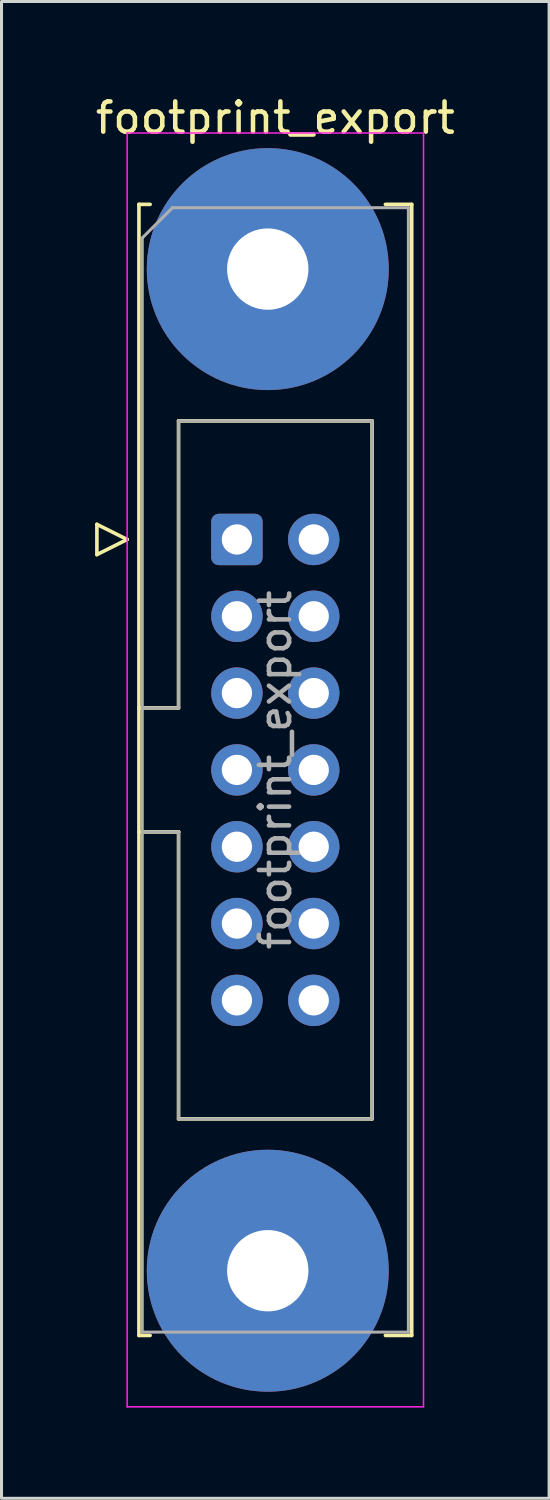
<source format=kicad_pcb>
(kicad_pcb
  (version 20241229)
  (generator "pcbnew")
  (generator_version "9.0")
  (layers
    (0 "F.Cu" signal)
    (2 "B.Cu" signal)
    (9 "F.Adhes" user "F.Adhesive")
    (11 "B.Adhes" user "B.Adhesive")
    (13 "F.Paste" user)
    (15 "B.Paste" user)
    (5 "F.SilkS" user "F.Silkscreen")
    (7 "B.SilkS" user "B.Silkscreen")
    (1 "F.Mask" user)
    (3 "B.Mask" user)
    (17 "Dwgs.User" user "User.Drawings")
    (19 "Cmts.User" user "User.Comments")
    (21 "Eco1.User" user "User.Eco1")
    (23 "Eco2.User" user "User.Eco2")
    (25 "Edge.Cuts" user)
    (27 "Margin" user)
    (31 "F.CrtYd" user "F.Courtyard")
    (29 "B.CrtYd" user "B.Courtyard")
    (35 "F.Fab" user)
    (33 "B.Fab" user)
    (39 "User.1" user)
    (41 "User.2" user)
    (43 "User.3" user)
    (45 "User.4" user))
  (footprint "footprint_export"
    (layer "F.Cu")
    (at 4.784 14.788)
    (property "Reference" "footprint_export" (at 1.27 -13.94 0) (layer "F.SilkS") (effects (font (size 1 1) (thickness 0.15))))
    (attr through_hole)
    (fp_line (start -4.63 -0.5) (end -4.63 0.5) (stroke (width 0.12) (type solid)) (layer "F.SilkS"))
    (fp_line (start -4.63 0.5) (end -3.63 0) (stroke (width 0.12) (type solid)) (layer "F.SilkS"))
    (fp_line (start -3.63 0) (end -4.63 -0.5) (stroke (width 0.12) (type solid)) (layer "F.SilkS"))
    (fp_line (start -3.24 -11.08) (end -3.24 26.32) (stroke (width 0.12) (type solid)) (layer "F.SilkS"))
    (fp_line (start -3.24 5.57) (end -1.93 5.57) (stroke (width 0.12) (type solid)) (layer "F.SilkS"))
    (fp_line (start -3.24 26.32) (end -2.87 26.32) (stroke (width 0.12) (type solid)) (layer "F.SilkS"))
    (fp_line (start -2.87 -11.08) (end -3.24 -11.08) (stroke (width 0.12) (type solid)) (layer "F.SilkS"))
    (fp_line (start -1.93 -3.92) (end 4.47 -3.92) (stroke (width 0.12) (type solid)) (layer "F.SilkS"))
    (fp_line (start -1.93 5.57) (end -1.93 -3.92) (stroke (width 0.12) (type solid)) (layer "F.SilkS"))
    (fp_line (start -1.93 9.67) (end -3.24 9.67) (stroke (width 0.12) (type solid)) (layer "F.SilkS"))
    (fp_line (start -1.93 9.67) (end -1.93 9.67) (stroke (width 0.12) (type solid)) (layer "F.SilkS"))
    (fp_line (start -1.93 19.16) (end -1.93 9.67) (stroke (width 0.12) (type solid)) (layer "F.SilkS"))
    (fp_line (start 4.47 -3.92) (end 4.47 19.16) (stroke (width 0.12) (type solid)) (layer "F.SilkS"))
    (fp_line (start 4.47 19.16) (end -1.93 19.16) (stroke (width 0.12) (type solid)) (layer "F.SilkS"))
    (fp_line (start 4.91 -11.08) (end 5.78 -11.08) (stroke (width 0.12) (type solid)) (layer "F.SilkS"))
    (fp_line (start 5.78 -11.08) (end 5.78 26.32) (stroke (width 0.12) (type solid)) (layer "F.SilkS"))
    (fp_line (start 5.78 26.32) (end 4.91 26.32) (stroke (width 0.12) (type solid)) (layer "F.SilkS"))
    (fp_line (start -3.63 -13.44) (end -3.63 28.68) (stroke (width 0.05) (type solid)) (layer "F.CrtYd"))
    (fp_line (start -3.63 28.68) (end 6.17 28.68) (stroke (width 0.05) (type solid)) (layer "F.CrtYd"))
    (fp_line (start 6.17 -13.44) (end -3.63 -13.44) (stroke (width 0.05) (type solid)) (layer "F.CrtYd"))
    (fp_line (start 6.17 28.68) (end 6.17 -13.44) (stroke (width 0.05) (type solid)) (layer "F.CrtYd"))
    (fp_line (start -3.13 -9.97) (end -2.13 -10.97) (stroke (width 0.1) (type solid)) (layer "F.Fab"))
    (fp_line (start -3.13 5.57) (end -1.93 5.57) (stroke (width 0.1) (type solid)) (layer "F.Fab"))
    (fp_line (start -3.13 26.21) (end -3.13 -9.97) (stroke (width 0.1) (type solid)) (layer "F.Fab"))
    (fp_line (start -2.13 -10.97) (end 5.67 -10.97) (stroke (width 0.1) (type solid)) (layer "F.Fab"))
    (fp_line (start -1.93 -3.92) (end 4.47 -3.92) (stroke (width 0.1) (type solid)) (layer "F.Fab"))
    (fp_line (start -1.93 5.57) (end -1.93 -3.92) (stroke (width 0.1) (type solid)) (layer "F.Fab"))
    (fp_line (start -1.93 9.67) (end -3.13 9.67) (stroke (width 0.1) (type solid)) (layer "F.Fab"))
    (fp_line (start -1.93 9.67) (end -1.93 9.67) (stroke (width 0.1) (type solid)) (layer "F.Fab"))
    (fp_line (start -1.93 19.16) (end -1.93 9.67) (stroke (width 0.1) (type solid)) (layer "F.Fab"))
    (fp_line (start 4.47 -3.92) (end 4.47 19.16) (stroke (width 0.1) (type solid)) (layer "F.Fab"))
    (fp_line (start 4.47 19.16) (end -1.93 19.16) (stroke (width 0.1) (type solid)) (layer "F.Fab"))
    (fp_line (start 5.67 -10.97) (end 5.67 26.21) (stroke (width 0.1) (type solid)) (layer "F.Fab"))
    (fp_line (start 5.67 26.21) (end -3.13 26.21) (stroke (width 0.1) (type solid)) (layer "F.Fab"))
    (fp_text user "${REFERENCE}" (at 1.27 7.62 90) (layer "F.Fab") (effects (font (size 1 1) (thickness 0.15))))
    (pad "1" thru_hole roundrect (at 0 0) (size 1.7 1.7) (drill 1) (layers "*.Cu" "*.Mask") (roundrect_rratio 0.147))
    (pad "2" thru_hole circle (at 2.54 0) (size 1.7 1.7) (drill 1) (layers "*.Cu" "*.Mask"))
    (pad "3" thru_hole circle (at 0 2.54) (size 1.7 1.7) (drill 1) (layers "*.Cu" "*.Mask"))
    (pad "4" thru_hole circle (at 2.54 2.54) (size 1.7 1.7) (drill 1) (layers "*.Cu" "*.Mask"))
    (pad "5" thru_hole circle (at 0 5.08) (size 1.7 1.7) (drill 1) (layers "*.Cu" "*.Mask"))
    (pad "6" thru_hole circle (at 2.54 5.08) (size 1.7 1.7) (drill 1) (layers "*.Cu" "*.Mask"))
    (pad "7" thru_hole circle (at 0 7.62) (size 1.7 1.7) (drill 1) (layers "*.Cu" "*.Mask"))
    (pad "8" thru_hole circle (at 2.54 7.62) (size 1.7 1.7) (drill 1) (layers "*.Cu" "*.Mask"))
    (pad "9" thru_hole circle (at 0 10.16) (size 1.7 1.7) (drill 1) (layers "*.Cu" "*.Mask"))
    (pad "10" thru_hole circle (at 2.54 10.16) (size 1.7 1.7) (drill 1) (layers "*.Cu" "*.Mask"))
    (pad "11" thru_hole circle (at 0 12.7) (size 1.7 1.7) (drill 1) (layers "*.Cu" "*.Mask"))
    (pad "12" thru_hole circle (at 2.54 12.7) (size 1.7 1.7) (drill 1) (layers "*.Cu" "*.Mask"))
    (pad "13" thru_hole circle (at 0 15.24) (size 1.7 1.7) (drill 1) (layers "*.Cu" "*.Mask"))
    (pad "14" thru_hole circle (at 2.54 15.24) (size 1.7 1.7) (drill 1) (layers "*.Cu" "*.Mask"))
    (pad "MP" thru_hole circle (at 1.02 -8.94) (size 8 8) (drill 2.69) (layers "*.Cu" "*.Mask"))
    (pad "MP" thru_hole circle (at 1.02 24.18) (size 8 8) (drill 2.69) (layers "*.Cu" "*.Mask")))
  (gr_rect
    (start -3 -3)
    (end 15.107 46.493)
    (stroke (width 0.1) (type default))
    (fill no)
    (layer "Edge.Cuts")))
</source>
